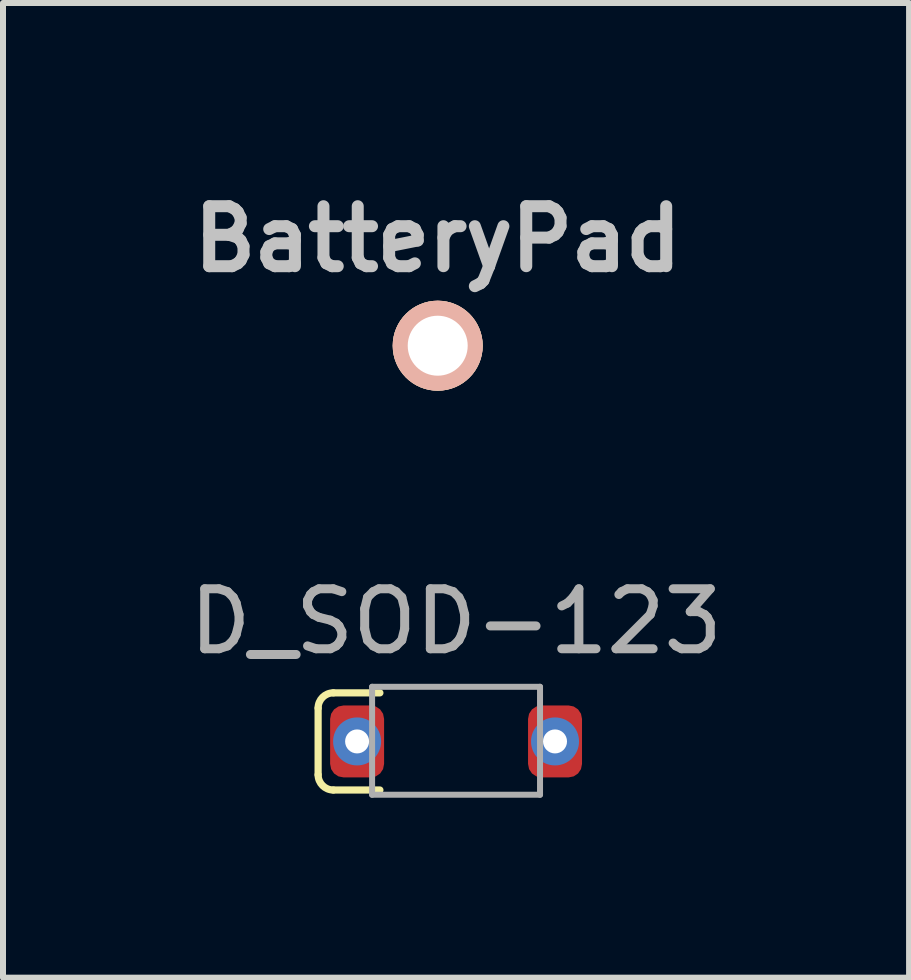
<source format=kicad_pcb>
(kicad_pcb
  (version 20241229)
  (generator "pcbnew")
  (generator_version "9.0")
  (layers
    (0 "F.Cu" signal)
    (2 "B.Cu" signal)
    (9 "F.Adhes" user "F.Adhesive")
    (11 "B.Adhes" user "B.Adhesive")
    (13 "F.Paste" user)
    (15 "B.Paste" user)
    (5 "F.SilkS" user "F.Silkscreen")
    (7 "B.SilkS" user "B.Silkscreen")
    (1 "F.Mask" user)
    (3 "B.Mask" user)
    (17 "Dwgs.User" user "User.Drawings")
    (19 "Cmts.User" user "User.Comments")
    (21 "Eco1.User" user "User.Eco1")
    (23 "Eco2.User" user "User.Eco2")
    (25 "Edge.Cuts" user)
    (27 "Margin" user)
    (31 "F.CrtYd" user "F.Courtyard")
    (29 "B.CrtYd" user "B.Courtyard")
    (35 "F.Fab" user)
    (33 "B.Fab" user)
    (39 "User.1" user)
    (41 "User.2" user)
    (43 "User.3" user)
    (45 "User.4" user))
  (footprint "D_SOD-123"
    (layer "F.Cu")
    (at 4.554 9.312)
    (property "Reference" "D_SOD-123" (at 0 -2 0) (layer "F.Fab") (effects (font (size 1 1) (thickness 0.15))))
    (attr smd)
    (fp_line (start -2.3 -0.556) (end -2.3 0.556) (stroke (width 0.12) (type solid)) (layer "F.SilkS"))
    (fp_line (start -2.046 -0.81) (end -1.27 -0.81) (stroke (width 0.12) (type solid)) (layer "F.SilkS"))
    (fp_line (start -2.046 0.81) (end -1.27 0.81) (stroke (width 0.12) (type solid)) (layer "F.SilkS"))
    (fp_arc (start -2.3 -0.556) (mid -2.225605 -0.735605) (end -2.046 -0.81) (stroke (width 0.12) (type solid)) (layer "F.SilkS"))
    (fp_arc (start -2.046 0.81) (mid -2.225605 0.735605) (end -2.3 0.556) (stroke (width 0.12) (type solid)) (layer "F.SilkS"))
    (fp_line (start -1.4 -0.911) (end 1.4 -0.911) (stroke (width 0.1) (type solid)) (layer "F.Fab"))
    (fp_line (start -1.4 0.889) (end -1.4 -0.911) (stroke (width 0.1) (type solid)) (layer "F.Fab"))
    (fp_line (start 1.4 -0.911) (end 1.4 0.889) (stroke (width 0.1) (type solid)) (layer "F.Fab"))
    (fp_line (start 1.4 0.889) (end -1.4 0.889) (stroke (width 0.1) (type solid)) (layer "F.Fab"))
    (pad "1" thru_hole circle (at -1.65 0) (size 0.8 0.8) (drill 0.4) (layers "*.Cu" "F.Mask"))
    (pad "1" smd roundrect (at -1.65 0) (size 0.9 1.2) (layers "F.Cu" "F.Mask" "F.Paste") (roundrect_rratio 0.25))
    (pad "2" thru_hole circle (at 1.65 0) (size 0.8 0.8) (drill 0.4) (layers "*.Cu" "F.Mask"))
    (pad "2" smd roundrect (at 1.65 0) (size 0.9 1.2) (layers "F.Cu" "F.Mask" "F.Paste") (roundrect_rratio 0.25)))
  (footprint "BatteryPad"
    (layer "F.Cu")
    (at 4.248 2.714)
    (property "Reference" "BatteryPad" (at 0 -1.778 0) (layer "Dwgs.User") (effects (font (size 1 1) (thickness 0.2))))
    (attr through_hole)
    (pad "1" thru_hole circle (at 0 0 270) (size 1.5 1.5) (drill 1) (layers "*.Cu" "*.SilkS" "*.Mask")))
  (gr_rect
    (start -3 -3)
    (end 12.107 13.251)
    (stroke (width 0.1) (type default))
    (fill no)
    (layer "Edge.Cuts")))
</source>
